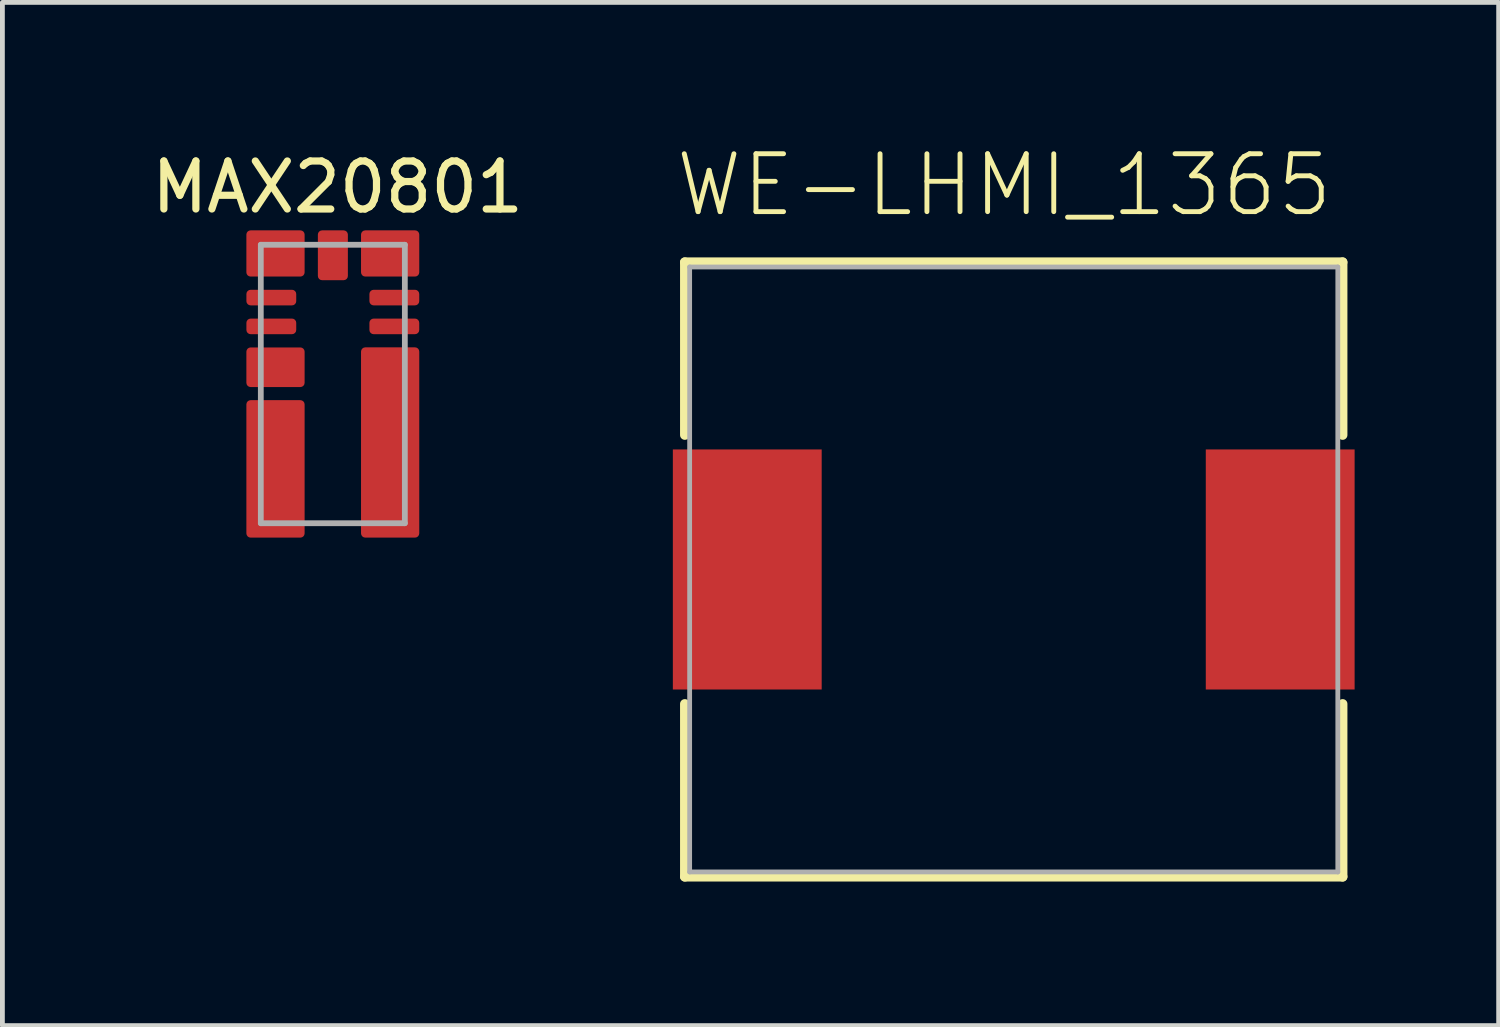
<source format=kicad_pcb>
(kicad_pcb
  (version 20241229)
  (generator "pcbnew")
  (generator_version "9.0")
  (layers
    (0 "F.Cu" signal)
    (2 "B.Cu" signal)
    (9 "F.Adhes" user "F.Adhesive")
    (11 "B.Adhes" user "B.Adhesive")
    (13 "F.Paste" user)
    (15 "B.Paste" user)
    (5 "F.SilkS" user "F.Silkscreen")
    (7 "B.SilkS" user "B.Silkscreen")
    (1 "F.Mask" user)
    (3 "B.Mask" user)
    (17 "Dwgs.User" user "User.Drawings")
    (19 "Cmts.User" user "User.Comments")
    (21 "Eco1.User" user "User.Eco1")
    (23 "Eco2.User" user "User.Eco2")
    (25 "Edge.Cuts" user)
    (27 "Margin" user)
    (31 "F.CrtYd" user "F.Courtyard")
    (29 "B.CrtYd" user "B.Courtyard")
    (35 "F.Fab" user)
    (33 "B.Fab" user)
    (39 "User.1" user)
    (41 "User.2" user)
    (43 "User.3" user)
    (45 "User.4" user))
  (footprint "MAX20801"
    (layer "F.Cu")
    (at 3.882 4.948)
    (property "Reference" "MAX20801" (at 0.1 -4.1 180) (layer "F.SilkS") (effects (font (size 1 1) (thickness 0.15))))
    (attr through_hole)
    (fp_line (start -1.5 -2.9) (end 1.5 -2.9) (stroke (width 0.12) (type solid)) (layer "F.Fab"))
    (fp_line (start -1.5 2.9) (end -1.5 -2.9) (stroke (width 0.12) (type solid)) (layer "F.Fab"))
    (fp_line (start 1.5 -2.9) (end 1.5 2.9) (stroke (width 0.12) (type solid)) (layer "F.Fab"))
    (fp_line (start 1.5 2.9) (end -1.5 2.9) (stroke (width 0.12) (type solid)) (layer "F.Fab"))
    (pad "1" smd roundrect (at -1.281 -1.8) (size 1.038 0.325) (layers "F.Cu" "F.Mask" "F.Paste") (roundrect_rratio 0.271))
    (pad "2" smd roundrect (at -1.281 -1.2) (size 1.038 0.325) (layers "F.Cu" "F.Mask" "F.Paste") (roundrect_rratio 0.271))
    (pad "3" smd roundrect (at -1.194 -0.349) (size 1.213 0.825) (layers "F.Cu" "F.Mask" "F.Paste") (roundrect_rratio 0.107))
    (pad "4" smd roundrect (at -1.194 1.768) (size 1.213 2.863) (layers "F.Cu" "F.Mask" "F.Paste") (roundrect_rratio 0.073))
    (pad "5" smd roundrect (at 1.194 1.218) (size 1.213 3.963) (layers "F.Cu" "F.Mask" "F.Paste") (roundrect_rratio 0.073))
    (pad "6" smd roundrect (at 1.281 -1.2) (size 1.038 0.325) (layers "F.Cu" "F.Mask" "F.Paste") (roundrect_rratio 0.271))
    (pad "7" smd roundrect (at 1.281 -1.8) (size 1.038 0.325) (layers "F.Cu" "F.Mask" "F.Paste") (roundrect_rratio 0.271))
    (pad "8" smd roundrect (at 1.194 -2.719) (size 1.213 0.962) (layers "F.Cu" "F.Mask" "F.Paste") (roundrect_rratio 0.091))
    (pad "9" smd roundrect (at 0.001 -2.681) (size 0.625 1.038) (layers "F.Cu" "F.Mask" "F.Paste") (roundrect_rratio 0.141))
    (pad "10" smd roundrect (at -1.194 -2.719) (size 1.213 0.962) (layers "F.Cu" "F.Mask" "F.Paste") (roundrect_rratio 0.091)))
  (footprint "WE-LHMI_1365"
    (layer "F.Cu")
    (at 18.064 8.811)
    (property "Reference" "WE-LHMI_1365" (at -0.2 -7.3 0) (layer "F.SilkS") (effects (font (size 1.206 1.206) (thickness 0.102)) (justify bottom)))
    (attr through_hole)
    (fp_line (start -6.85 -6.4) (end 6.85 -6.4) (stroke (width 0.2) (type solid)) (layer "F.SilkS"))
    (fp_line (start -6.85 -2.8) (end -6.85 -6.4) (stroke (width 0.2) (type solid)) (layer "F.SilkS"))
    (fp_line (start -6.85 2.8) (end -6.85 6.4) (stroke (width 0.2) (type solid)) (layer "F.SilkS"))
    (fp_line (start -6.85 6.4) (end 6.85 6.4) (stroke (width 0.2) (type solid)) (layer "F.SilkS"))
    (fp_line (start 6.85 -6.4) (end 6.85 -2.8) (stroke (width 0.2) (type solid)) (layer "F.SilkS"))
    (fp_line (start 6.85 6.4) (end 6.85 2.8) (stroke (width 0.2) (type solid)) (layer "F.SilkS"))
    (fp_line (start -6.75 -6.3) (end 6.75 -6.3) (stroke (width 0.1) (type solid)) (layer "F.Fab"))
    (fp_line (start -6.75 6.3) (end -6.75 -6.3) (stroke (width 0.1) (type solid)) (layer "F.Fab"))
    (fp_line (start 6.75 -6.3) (end 6.75 6.3) (stroke (width 0.1) (type solid)) (layer "F.Fab"))
    (fp_line (start 6.75 6.3) (end -6.75 6.3) (stroke (width 0.1) (type solid)) (layer "F.Fab"))
    (pad "1" smd rect (at -5.55 0) (size 3.1 5) (layers "F.Cu" "F.Mask" "F.Paste"))
    (pad "2" smd rect (at 5.55 0) (size 3.1 5) (layers "F.Cu" "F.Mask" "F.Paste")))
  (gr_rect
    (start -3 -3)
    (end 28.164 18.311)
    (stroke (width 0.1) (type default))
    (fill no)
    (layer "Edge.Cuts")))
</source>
